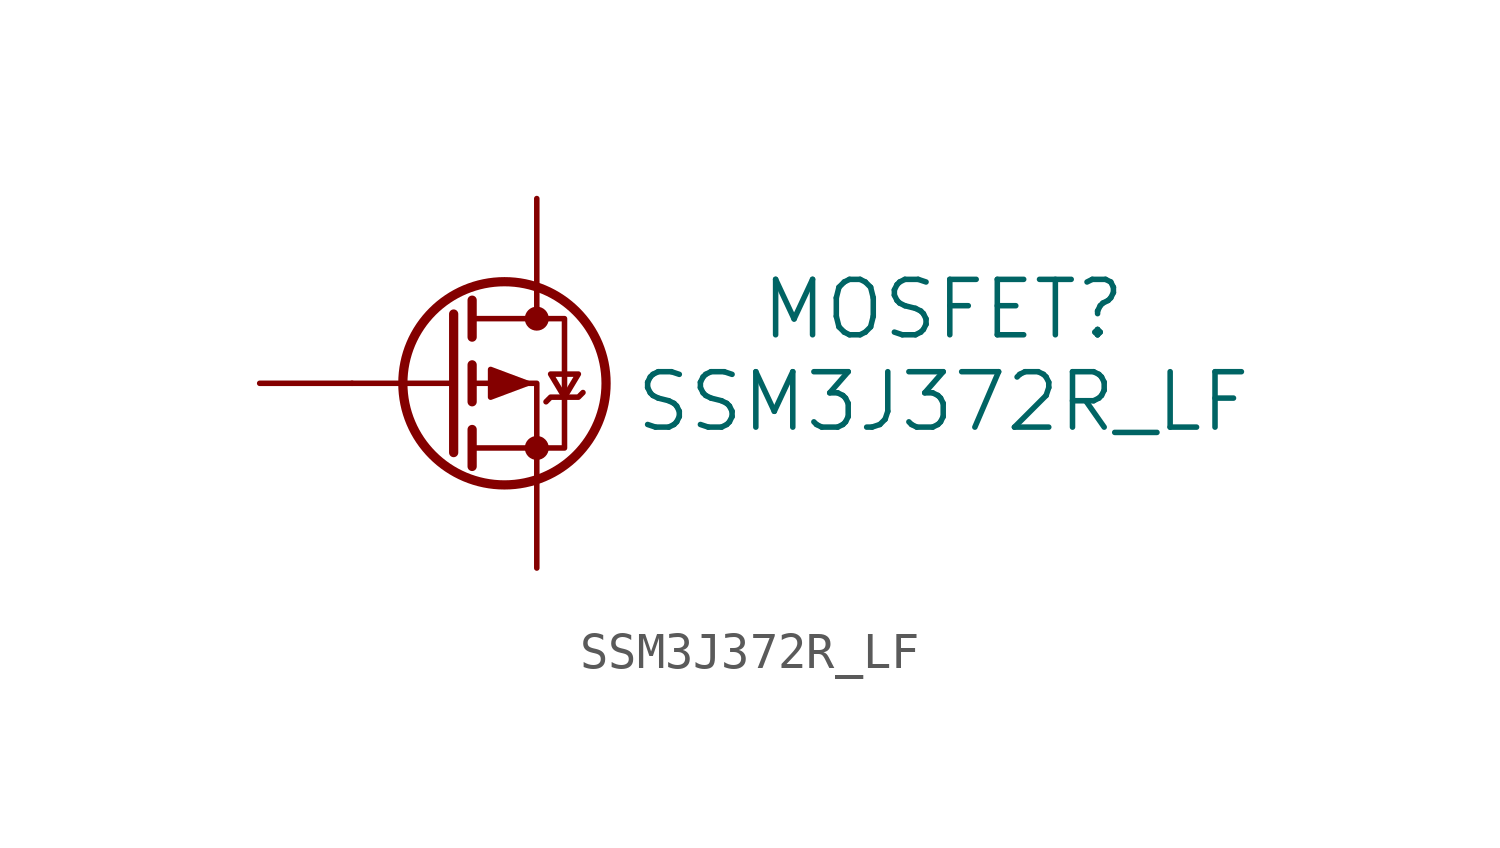
<source format=kicad_sym>
(kicad_symbol_lib
  (version 20241209)
  (generator "kicad_symbol_editor")
  (generator_version "9.0")
  (symbol "SSM3J372R_LF"
    (pin_numbers
      (hide yes))
    (pin_names
      (offset 0.254)
      (hide yes))
    (property "Reference" "MOSFET"
      (at 18.796 2.032 0)
      (effects (font (size 1.524 1.524))))
    (property "Value" "SSM3J372R_LF"
      (at 18.796 -0.508 0)
      (effects (font (size 1.524 1.524))))
    (symbol "SSM3J372R_LF_0_1"
      (polyline (pts (xy 5.334 1.905) (xy 5.334 -1.905)) (stroke (width 0.254) (type default)) (fill (type none)))
      (polyline (pts (xy 5.334 0) (xy 2.54 0)) (stroke (width 0) (type default)) (fill (type none)))
      (polyline (pts (xy 5.842 2.286) (xy 5.842 1.27)) (stroke (width 0.254) (type default)) (fill (type none)))
      (polyline (pts (xy 5.842 1.778) (xy 8.382 1.778) (xy 8.382 -1.778) (xy 5.842 -1.778)) (stroke (width 0) (type default)) (fill (type none)))
      (polyline (pts (xy 5.842 0.508) (xy 5.842 -0.508)) (stroke (width 0.254) (type default)) (fill (type none)))
      (polyline (pts (xy 5.842 -1.27) (xy 5.842 -2.286)) (stroke (width 0.254) (type default)) (fill (type none)))
      (circle (center 6.731 0) (radius 2.794) (stroke (width 0.254) (type default)) (fill (type none)))
      (polyline (pts (xy 7.366 0) (xy 6.35 0.381) (xy 6.35 -0.381) (xy 7.366 0)) (stroke (width 0) (type default)) (fill (type outline)))
      (polyline (pts (xy 7.62 2.54) (xy 7.62 1.778)) (stroke (width 0) (type default)) (fill (type none)))
      (circle (center 7.62 1.778) (radius 0.254) (stroke (width 0) (type default)) (fill (type outline)))
      (circle (center 7.62 -1.778) (radius 0.254) (stroke (width 0) (type default)) (fill (type outline)))
      (polyline (pts (xy 7.62 -2.54) (xy 7.62 0) (xy 5.842 0)) (stroke (width 0) (type default)) (fill (type none)))
      (polyline (pts (xy 7.874 -0.508) (xy 8.001 -0.381) (xy 8.763 -0.381) (xy 8.89 -0.254)) (stroke (width 0) (type default)) (fill (type none)))
      (polyline (pts (xy 8.382 -0.381) (xy 8.001 0.254) (xy 8.763 0.254) (xy 8.382 -0.381)) (stroke (width 0) (type default)) (fill (type none))))
    (symbol "SSM3J372R_LF_1_1"
      (pin passive line (at 0 0 0) (length 2.54) (name "G" (effects (font (size 1.27 1.27)))) (number "1" (effects (font (size 1.27 1.27)))))
      (pin passive line (at 7.62 5.08 270) (length 2.54) (name "D" (effects (font (size 1.27 1.27)))) (number "3" (effects (font (size 1.27 1.27)))))
      (pin passive line (at 7.62 -5.08 90) (length 2.54) (name "S" (effects (font (size 1.27 1.27)))) (number "2" (effects (font (size 1.27 1.27))))))))
</source>
